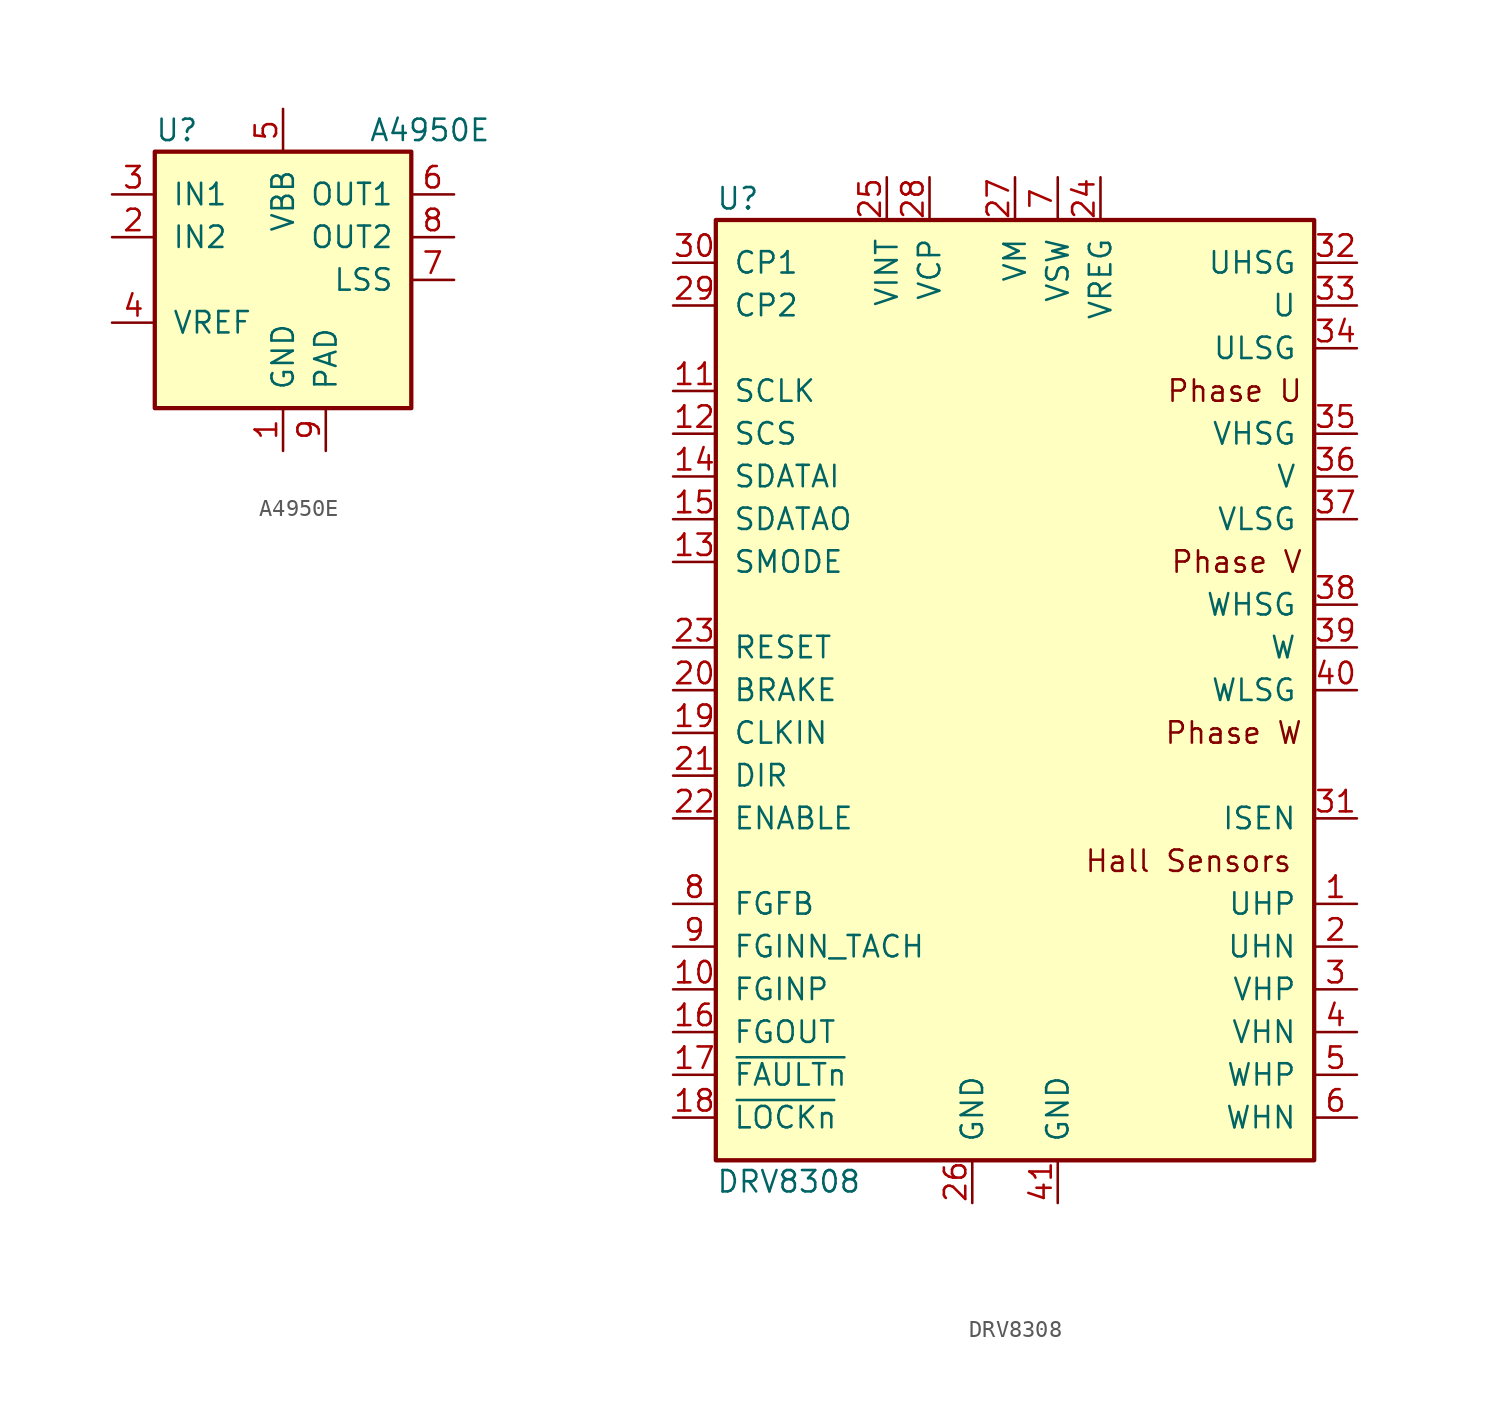
<source format=kicad_sym>
(kicad_symbol_lib
  (version 20211014)
  (generator kicad_symbol_editor)
  (symbol "A4950E"
    (pin_names
      (offset 1.016))
    (property "Reference" "U"
      (at -7.62 8.89 0)
      (effects (font (size 1.27 1.27)) (justify left)))
    (property "Value" "A4950E"
      (at 5.08 8.89 0)
      (effects (font (size 1.27 1.27)) (justify left)))
    (symbol "A4950E_0_1"
      (rectangle (start -7.62 7.62) (end 7.62 -7.62) (stroke (width 0.254) (type default) (color 0 0 0 0)) (fill (type background))))
    (symbol "A4950E_1_1"
      (pin power_in line (at 0 -10.16 90) (length 2.54) (name "GND" (effects (font (size 1.27 1.27)))) (number "1" (effects (font (size 1.27 1.27)))))
      (pin input line (at -10.16 2.54 0) (length 2.54) (name "IN2" (effects (font (size 1.27 1.27)))) (number "2" (effects (font (size 1.27 1.27)))))
      (pin input line (at -10.16 5.08 0) (length 2.54) (name "IN1" (effects (font (size 1.27 1.27)))) (number "3" (effects (font (size 1.27 1.27)))))
      (pin passive line (at -10.16 -2.54 0) (length 2.54) (name "VREF" (effects (font (size 1.27 1.27)))) (number "4" (effects (font (size 1.27 1.27)))))
      (pin power_in line (at 0 10.16 270) (length 2.54) (name "VBB" (effects (font (size 1.27 1.27)))) (number "5" (effects (font (size 1.27 1.27)))))
      (pin power_out line (at 10.16 5.08 180) (length 2.54) (name "OUT1" (effects (font (size 1.27 1.27)))) (number "6" (effects (font (size 1.27 1.27)))))
      (pin power_in line (at 10.16 0 180) (length 2.54) (name "LSS" (effects (font (size 1.27 1.27)))) (number "7" (effects (font (size 1.27 1.27)))))
      (pin power_out line (at 10.16 2.54 180) (length 2.54) (name "OUT2" (effects (font (size 1.27 1.27)))) (number "8" (effects (font (size 1.27 1.27)))))
      (pin power_in line (at 2.54 -10.16 90) (length 2.54) (name "PAD" (effects (font (size 1.27 1.27)))) (number "9" (effects (font (size 1.27 1.27)))))))
  (symbol "DRV8308"
    (pin_names
      (offset 1.016))
    (property "Reference" "U"
      (at -17.78 36.83 0)
      (effects (font (size 1.27 1.27)) (justify left)))
    (property "Value" "DRV8308"
      (at -17.78 -21.59 0)
      (effects (font (size 1.27 1.27)) (justify left)))
    (symbol "DRV8308_0_0"
      (text "Hall Sensors" (at 16.51 -2.54 0) (effects (font (size 1.27 1.27)) (justify right)))
      (text "Phase U" (at 17.145 25.4 0) (effects (font (size 1.27 1.27)) (justify right)))
      (text "Phase V" (at 17.145 15.24 0) (effects (font (size 1.27 1.27)) (justify right)))
      (text "Phase W" (at 17.145 5.08 0) (effects (font (size 1.27 1.27)) (justify right))))
    (symbol "DRV8308_0_1"
      (rectangle (start -17.78 35.56) (end 17.78 -20.32) (stroke (width 0.254) (type default) (color 0 0 0 0)) (fill (type background))))
    (symbol "DRV8308_1_1"
      (pin input line (at 20.32 -5.08 180) (length 2.54) (name "UHP" (effects (font (size 1.27 1.27)))) (number "1" (effects (font (size 1.27 1.27)))))
      (pin bidirectional line (at -20.32 -10.16 0) (length 2.54) (name "FGINP" (effects (font (size 1.27 1.27)))) (number "10" (effects (font (size 1.27 1.27)))))
      (pin input line (at -20.32 25.4 0) (length 2.54) (name "SCLK" (effects (font (size 1.27 1.27)))) (number "11" (effects (font (size 1.27 1.27)))))
      (pin input line (at -20.32 22.86 0) (length 2.54) (name "SCS" (effects (font (size 1.27 1.27)))) (number "12" (effects (font (size 1.27 1.27)))))
      (pin input line (at -20.32 15.24 0) (length 2.54) (name "SMODE" (effects (font (size 1.27 1.27)))) (number "13" (effects (font (size 1.27 1.27)))))
      (pin input line (at -20.32 20.32 0) (length 2.54) (name "SDATAI" (effects (font (size 1.27 1.27)))) (number "14" (effects (font (size 1.27 1.27)))))
      (pin output line (at -20.32 17.78 0) (length 2.54) (name "SDATAO" (effects (font (size 1.27 1.27)))) (number "15" (effects (font (size 1.27 1.27)))))
      (pin output line (at -20.32 -12.7 0) (length 2.54) (name "FGOUT" (effects (font (size 1.27 1.27)))) (number "16" (effects (font (size 1.27 1.27)))))
      (pin output line (at -20.32 -15.24 0) (length 2.54) (name "~{FAULTn}" (effects (font (size 1.27 1.27)))) (number "17" (effects (font (size 1.27 1.27)))))
      (pin output line (at -20.32 -17.78 0) (length 2.54) (name "~{LOCKn}" (effects (font (size 1.27 1.27)))) (number "18" (effects (font (size 1.27 1.27)))))
      (pin input line (at -20.32 5.08 0) (length 2.54) (name "CLKIN" (effects (font (size 1.27 1.27)))) (number "19" (effects (font (size 1.27 1.27)))))
      (pin input line (at 20.32 -7.62 180) (length 2.54) (name "UHN" (effects (font (size 1.27 1.27)))) (number "2" (effects (font (size 1.27 1.27)))))
      (pin input line (at -20.32 7.62 0) (length 2.54) (name "BRAKE" (effects (font (size 1.27 1.27)))) (number "20" (effects (font (size 1.27 1.27)))))
      (pin input line (at -20.32 2.54 0) (length 2.54) (name "DIR" (effects (font (size 1.27 1.27)))) (number "21" (effects (font (size 1.27 1.27)))))
      (pin input line (at -20.32 0 0) (length 2.54) (name "ENABLE" (effects (font (size 1.27 1.27)))) (number "22" (effects (font (size 1.27 1.27)))))
      (pin input line (at -20.32 10.16 0) (length 2.54) (name "RESET" (effects (font (size 1.27 1.27)))) (number "23" (effects (font (size 1.27 1.27)))))
      (pin power_out line (at 5.08 38.1 270) (length 2.54) (name "VREG" (effects (font (size 1.27 1.27)))) (number "24" (effects (font (size 1.27 1.27)))))
      (pin passive line (at -7.62 38.1 270) (length 2.54) (name "VINT" (effects (font (size 1.27 1.27)))) (number "25" (effects (font (size 1.27 1.27)))))
      (pin power_in line (at -2.54 -22.86 90) (length 2.54) (name "GND" (effects (font (size 1.27 1.27)))) (number "26" (effects (font (size 1.27 1.27)))))
      (pin power_in line (at 0 38.1 270) (length 2.54) (name "VM" (effects (font (size 1.27 1.27)))) (number "27" (effects (font (size 1.27 1.27)))))
      (pin passive line (at -5.08 38.1 270) (length 2.54) (name "VCP" (effects (font (size 1.27 1.27)))) (number "28" (effects (font (size 1.27 1.27)))))
      (pin passive line (at -20.32 30.48 0) (length 2.54) (name "CP2" (effects (font (size 1.27 1.27)))) (number "29" (effects (font (size 1.27 1.27)))))
      (pin input line (at 20.32 -10.16 180) (length 2.54) (name "VHP" (effects (font (size 1.27 1.27)))) (number "3" (effects (font (size 1.27 1.27)))))
      (pin passive line (at -20.32 33.02 0) (length 2.54) (name "CP1" (effects (font (size 1.27 1.27)))) (number "30" (effects (font (size 1.27 1.27)))))
      (pin input line (at 20.32 0 180) (length 2.54) (name "ISEN" (effects (font (size 1.27 1.27)))) (number "31" (effects (font (size 1.27 1.27)))))
      (pin output line (at 20.32 33.02 180) (length 2.54) (name "UHSG" (effects (font (size 1.27 1.27)))) (number "32" (effects (font (size 1.27 1.27)))))
      (pin input line (at 20.32 30.48 180) (length 2.54) (name "U" (effects (font (size 1.27 1.27)))) (number "33" (effects (font (size 1.27 1.27)))))
      (pin output line (at 20.32 27.94 180) (length 2.54) (name "ULSG" (effects (font (size 1.27 1.27)))) (number "34" (effects (font (size 1.27 1.27)))))
      (pin output line (at 20.32 22.86 180) (length 2.54) (name "VHSG" (effects (font (size 1.27 1.27)))) (number "35" (effects (font (size 1.27 1.27)))))
      (pin input line (at 20.32 20.32 180) (length 2.54) (name "V" (effects (font (size 1.27 1.27)))) (number "36" (effects (font (size 1.27 1.27)))))
      (pin output line (at 20.32 17.78 180) (length 2.54) (name "VLSG" (effects (font (size 1.27 1.27)))) (number "37" (effects (font (size 1.27 1.27)))))
      (pin output line (at 20.32 12.7 180) (length 2.54) (name "WHSG" (effects (font (size 1.27 1.27)))) (number "38" (effects (font (size 1.27 1.27)))))
      (pin input line (at 20.32 10.16 180) (length 2.54) (name "W" (effects (font (size 1.27 1.27)))) (number "39" (effects (font (size 1.27 1.27)))))
      (pin input line (at 20.32 -12.7 180) (length 2.54) (name "VHN" (effects (font (size 1.27 1.27)))) (number "4" (effects (font (size 1.27 1.27)))))
      (pin output line (at 20.32 7.62 180) (length 2.54) (name "WLSG" (effects (font (size 1.27 1.27)))) (number "40" (effects (font (size 1.27 1.27)))))
      (pin power_in line (at 2.54 -22.86 90) (length 2.54) (name "GND" (effects (font (size 1.27 1.27)))) (number "41" (effects (font (size 1.27 1.27)))))
      (pin input line (at 20.32 -15.24 180) (length 2.54) (name "WHP" (effects (font (size 1.27 1.27)))) (number "5" (effects (font (size 1.27 1.27)))))
      (pin input line (at 20.32 -17.78 180) (length 2.54) (name "WHN" (effects (font (size 1.27 1.27)))) (number "6" (effects (font (size 1.27 1.27)))))
      (pin power_out line (at 2.54 38.1 270) (length 2.54) (name "VSW" (effects (font (size 1.27 1.27)))) (number "7" (effects (font (size 1.27 1.27)))))
      (pin output line (at -20.32 -5.08 0) (length 2.54) (name "FGFB" (effects (font (size 1.27 1.27)))) (number "8" (effects (font (size 1.27 1.27)))))
      (pin input line (at -20.32 -7.62 0) (length 2.54) (name "FGINN_TACH" (effects (font (size 1.27 1.27)))) (number "9" (effects (font (size 1.27 1.27))))))))
</source>
